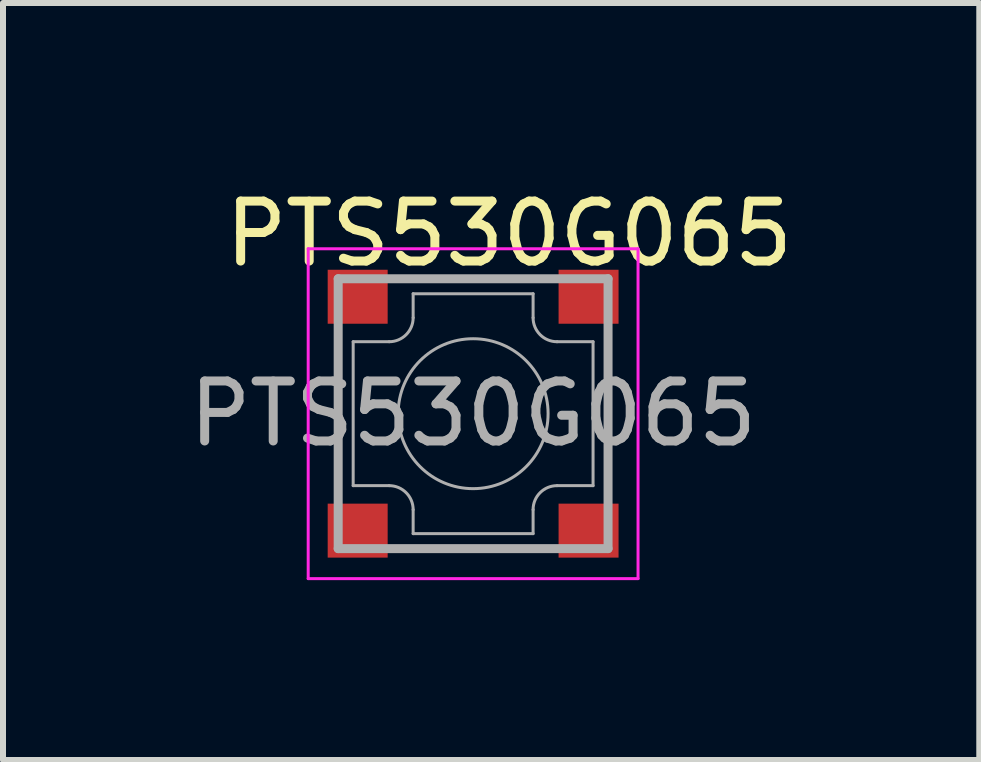
<source format=kicad_pcb>
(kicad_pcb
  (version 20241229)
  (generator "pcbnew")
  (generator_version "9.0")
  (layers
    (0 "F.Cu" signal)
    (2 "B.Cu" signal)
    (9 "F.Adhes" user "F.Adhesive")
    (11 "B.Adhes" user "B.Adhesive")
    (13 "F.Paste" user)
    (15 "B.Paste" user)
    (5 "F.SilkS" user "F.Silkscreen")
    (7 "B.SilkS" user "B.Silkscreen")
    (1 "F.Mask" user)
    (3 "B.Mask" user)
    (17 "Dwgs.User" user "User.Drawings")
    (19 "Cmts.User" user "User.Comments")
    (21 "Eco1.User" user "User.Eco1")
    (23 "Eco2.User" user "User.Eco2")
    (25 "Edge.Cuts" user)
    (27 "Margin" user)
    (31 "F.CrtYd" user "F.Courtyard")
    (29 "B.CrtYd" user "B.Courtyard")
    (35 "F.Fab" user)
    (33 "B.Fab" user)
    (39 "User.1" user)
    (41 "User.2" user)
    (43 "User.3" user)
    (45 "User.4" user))
  (footprint "PTS530G065"
    (layer "F.Cu")
    (at 4.839 3.848)
    (property "Reference" "PTS530G065" (at 0.6 -3 0) (layer "F.SilkS") (effects (font (size 1 1) (thickness 0.15))))
    (attr smd)
    (fp_line (start -2.75 -2.75) (end 2.75 -2.75) (stroke (width 0.05) (type solid)) (layer "F.CrtYd"))
    (fp_line (start -2.75 2.75) (end -2.75 -2.75) (stroke (width 0.05) (type solid)) (layer "F.CrtYd"))
    (fp_line (start 2.75 -2.75) (end 2.75 2.75) (stroke (width 0.05) (type solid)) (layer "F.CrtYd"))
    (fp_line (start 2.75 2.75) (end -2.75 2.75) (stroke (width 0.05) (type solid)) (layer "F.CrtYd"))
    (fp_line (start -2.25 -2.25) (end 2.25 -2.25) (stroke (width 0.15) (type solid)) (layer "F.Fab"))
    (fp_line (start -2.25 2.25) (end -2.25 -2.25) (stroke (width 0.15) (type solid)) (layer "F.Fab"))
    (fp_line (start -2 -1.2) (end -2 1.2) (stroke (width 0.05) (type solid)) (layer "F.Fab"))
    (fp_line (start -2 1.2) (end -1.4 1.2) (stroke (width 0.05) (type solid)) (layer "F.Fab"))
    (fp_line (start -1.4 -1.2) (end -2 -1.2) (stroke (width 0.05) (type solid)) (layer "F.Fab"))
    (fp_line (start -1 -1.6) (end -1 -2) (stroke (width 0.05) (type solid)) (layer "F.Fab"))
    (fp_line (start -1 2) (end -1 1.6) (stroke (width 0.05) (type solid)) (layer "F.Fab"))
    (fp_line (start 1 -2) (end -1 -2) (stroke (width 0.05) (type solid)) (layer "F.Fab"))
    (fp_line (start 1 -2) (end 1 -1.6) (stroke (width 0.05) (type solid)) (layer "F.Fab"))
    (fp_line (start 1 1.6) (end 1 2) (stroke (width 0.05) (type solid)) (layer "F.Fab"))
    (fp_line (start 1 2) (end -1 2) (stroke (width 0.05) (type solid)) (layer "F.Fab"))
    (fp_line (start 1.4 -1.2) (end 2 -1.2) (stroke (width 0.05) (type solid)) (layer "F.Fab"))
    (fp_line (start 1.4 1.2) (end 2 1.2) (stroke (width 0.05) (type solid)) (layer "F.Fab"))
    (fp_line (start 2 1.2) (end 2 -1.2) (stroke (width 0.05) (type solid)) (layer "F.Fab"))
    (fp_line (start 2.25 -2.25) (end 2.25 2.25) (stroke (width 0.15) (type solid)) (layer "F.Fab"))
    (fp_line (start 2.25 2.25) (end -2.25 2.25) (stroke (width 0.15) (type solid)) (layer "F.Fab"))
    (fp_arc (start -1.4 1.2) (mid -1.117157 1.317157) (end -1 1.6) (stroke (width 0.05) (type solid)) (layer "F.Fab"))
    (fp_arc (start -1 -1.6) (mid -1.117157 -1.317157) (end -1.4 -1.2) (stroke (width 0.05) (type solid)) (layer "F.Fab"))
    (fp_arc (start 1 1.6) (mid 1.117157 1.317157) (end 1.4 1.2) (stroke (width 0.05) (type solid)) (layer "F.Fab"))
    (fp_arc (start 1.4 -1.2) (mid 1.117157 -1.317157) (end 1 -1.6) (stroke (width 0.05) (type solid)) (layer "F.Fab"))
    (fp_circle (center 0 0) (end 1.25 0) (stroke (width 0.05) (type solid)) (fill no) (layer "F.Fab"))
    (fp_text user "${REFERENCE}" (at 0 0 0) (layer "F.Fab") (effects (font (size 1 1) (thickness 0.15))))
    (pad "1" smd rect (at -1.925 -1.95 180) (size 1 0.9) (layers "F.Cu" "F.Mask" "F.Paste"))
    (pad "2" smd rect (at 1.925 -1.95 180) (size 1 0.9) (layers "F.Cu" "F.Mask" "F.Paste"))
    (pad "3" smd rect (at -1.925 1.95 180) (size 1 0.9) (layers "F.Cu" "F.Mask" "F.Paste"))
    (pad "4" smd rect (at 1.925 1.95 180) (size 1 0.9) (layers "F.Cu" "F.Mask" "F.Paste")))
  (gr_rect
    (start -3 -3)
    (end 13.279 9.623)
    (stroke (width 0.1) (type default))
    (fill no)
    (layer "Edge.Cuts")))
</source>
